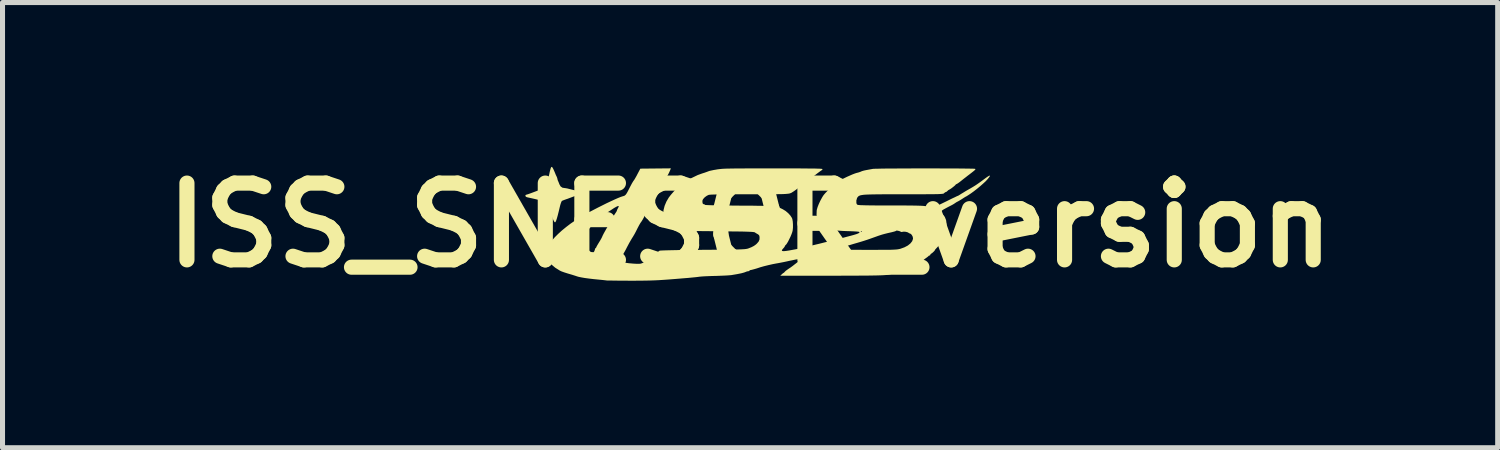
<source format=kicad_pcb>
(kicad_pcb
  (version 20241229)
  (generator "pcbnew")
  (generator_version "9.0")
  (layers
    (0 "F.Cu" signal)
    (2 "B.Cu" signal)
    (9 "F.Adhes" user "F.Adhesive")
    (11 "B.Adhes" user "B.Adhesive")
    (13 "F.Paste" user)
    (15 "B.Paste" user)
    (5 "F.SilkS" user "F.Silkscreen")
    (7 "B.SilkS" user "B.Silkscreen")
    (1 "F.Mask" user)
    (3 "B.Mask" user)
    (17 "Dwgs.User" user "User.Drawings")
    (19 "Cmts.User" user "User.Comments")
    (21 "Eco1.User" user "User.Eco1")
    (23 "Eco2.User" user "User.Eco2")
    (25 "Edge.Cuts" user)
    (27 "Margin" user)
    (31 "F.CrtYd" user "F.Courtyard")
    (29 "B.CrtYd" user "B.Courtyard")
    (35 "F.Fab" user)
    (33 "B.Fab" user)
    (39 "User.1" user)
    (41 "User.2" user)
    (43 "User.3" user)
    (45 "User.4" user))
  (footprint "ISS_SNESOR_version"
    (layer "F.Cu")
    (at 11.836 1.418)
    (property "Reference" "ISS_SNESOR_version" (at 0 0 0) (layer "F.SilkS") (effects (font (size 1.524 1.524) (thickness 0.3))))
    (attr board_only exclude_from_pos_files exclude_from_bom)
    (fp_poly (pts (xy -3.921 -1.143) (xy -3.903 -1.109) (xy -3.879 -1.055) (xy -3.867 -1.026) (xy -3.854 -0.994) (xy -3.84 -0.966) (xy -3.829 -0.939) (xy -3.824 -0.919) (xy -3.819 -0.896) (xy -3.814 -0.883) (xy -3.804 -0.861) (xy -3.791 -0.829) (xy -3.786 -0.814) (xy -3.761 -0.769) (xy -3.724 -0.743) (xy -3.682 -0.736) (xy -3.656 -0.733) (xy -3.619 -0.726) (xy -3.598 -0.72) (xy -3.557 -0.71) (xy -3.505 -0.697) (xy -3.457 -0.686) (xy -3.401 -0.672) (xy -3.365 -0.658) (xy -3.348 -0.644) (xy -3.345 -0.636) (xy -3.355 -0.625) (xy -3.384 -0.61) (xy -3.429 -0.593) (xy -3.457 -0.584) (xy -3.492 -0.572) (xy -3.521 -0.561) (xy -3.529 -0.558) (xy -3.55 -0.55) (xy -3.585 -0.537) (xy -3.627 -0.521) (xy -3.635 -0.519) (xy -3.677 -0.504) (xy -3.711 -0.491) (xy -3.732 -0.482) (xy -3.734 -0.481) (xy -3.743 -0.467) (xy -3.755 -0.437) (xy -3.768 -0.395) (xy -3.776 -0.362) (xy -3.799 -0.266) (xy -3.818 -0.191) (xy -3.834 -0.134) (xy -3.847 -0.094) (xy -3.858 -0.069) (xy -3.867 -0.057) (xy -3.877 -0.057) (xy -3.886 -0.068) (xy -3.897 -0.087) (xy -3.899 -0.091) (xy -3.912 -0.12) (xy -3.929 -0.165) (xy -3.948 -0.219) (xy -3.968 -0.277) (xy -3.971 -0.284) (xy -3.989 -0.339) (xy -4.007 -0.387) (xy -4.023 -0.425) (xy -4.034 -0.446) (xy -4.035 -0.448) (xy -4.053 -0.457) (xy -4.088 -0.47) (xy -4.139 -0.485) (xy -4.201 -0.502) (xy -4.272 -0.519) (xy -4.347 -0.536) (xy -4.394 -0.546) (xy -4.424 -0.553) (xy -4.445 -0.561) (xy -4.447 -0.562) (xy -4.458 -0.577) (xy -4.458 -0.594) (xy -4.448 -0.602) (xy -4.447 -0.602) (xy -4.433 -0.606) (xy -4.401 -0.616) (xy -4.356 -0.632) (xy -4.302 -0.652) (xy -4.257 -0.669) (xy -4.197 -0.691) (xy -4.144 -0.71) (xy -4.102 -0.725) (xy -4.074 -0.734) (xy -4.064 -0.736) (xy -4.058 -0.739) (xy -4.051 -0.749) (xy -4.043 -0.77) (xy -4.034 -0.802) (xy -4.022 -0.849) (xy -4.007 -0.914) (xy -3.989 -0.997) (xy -3.987 -1.004) (xy -3.972 -1.074) (xy -3.959 -1.123) (xy -3.947 -1.151) (xy -3.935 -1.157)) (stroke (width 0) (type solid)) (fill yes) (layer "F.SilkS"))
    (fp_poly (pts (xy -1.591 -1.079) (xy -1.61 -1.037) (xy -1.632 -0.995) (xy -1.636 -0.988) (xy -1.659 -0.952) (xy -1.683 -0.909) (xy -1.692 -0.894) (xy -1.714 -0.857) (xy -1.737 -0.822) (xy -1.747 -0.81) (xy -1.764 -0.785) (xy -1.773 -0.764) (xy -1.773 -0.762) (xy -1.778 -0.741) (xy -1.791 -0.714) (xy -1.806 -0.687) (xy -1.819 -0.672) (xy -1.82 -0.671) (xy -1.828 -0.658) (xy -1.829 -0.656) (xy -1.834 -0.641) (xy -1.848 -0.613) (xy -1.866 -0.581) (xy -1.912 -0.504) (xy -1.952 -0.431) (xy -1.984 -0.371) (xy -1.987 -0.365) (xy -2.002 -0.339) (xy -2.014 -0.325) (xy -2.017 -0.323) (xy -2.026 -0.314) (xy -2.041 -0.29) (xy -2.055 -0.259) (xy -2.081 -0.206) (xy -2.108 -0.153) (xy -2.134 -0.106) (xy -2.156 -0.071) (xy -2.166 -0.058) (xy -2.181 -0.035) (xy -2.203 0.003) (xy -2.232 0.058) (xy -2.267 0.128) (xy -2.292 0.175) (xy -2.322 0.226) (xy -2.343 0.259) (xy -2.366 0.298) (xy -2.395 0.348) (xy -2.425 0.404) (xy -2.443 0.438) (xy -2.47 0.491) (xy -2.499 0.543) (xy -2.524 0.587) (xy -2.538 0.609) (xy -2.558 0.641) (xy -2.572 0.666) (xy -2.576 0.678) (xy -2.584 0.692) (xy -2.59 0.695) (xy -2.598 0.702) (xy -2.589 0.715) (xy -2.568 0.726) (xy -2.528 0.737) (xy -2.473 0.747) (xy -2.404 0.756) (xy -2.326 0.763) (xy -2.297 0.765) (xy -2.242 0.768) (xy -2.204 0.768) (xy -2.175 0.765) (xy -2.15 0.758) (xy -2.128 0.749) (xy -2.097 0.732) (xy -2.075 0.716) (xy -2.07 0.708) (xy -2.058 0.693) (xy -2.052 0.691) (xy -2.039 0.685) (xy -2.012 0.667) (xy -1.975 0.641) (xy -1.932 0.609) (xy -1.926 0.604) (xy -1.881 0.571) (xy -1.842 0.541) (xy -1.812 0.519) (xy -1.796 0.507) (xy -1.795 0.507) (xy -1.781 0.505) (xy -1.746 0.503) (xy -1.691 0.501) (xy -1.618 0.499) (xy -1.528 0.497) (xy -1.423 0.495) (xy -1.302 0.493) (xy -1.169 0.492) (xy -1.024 0.491) (xy -0.937 0.49) (xy -0.779 0.489) (xy -0.642 0.488) (xy -0.525 0.486) (xy -0.425 0.485) (xy -0.34 0.484) (xy -0.27 0.483) (xy -0.213 0.482) (xy -0.167 0.48) (xy -0.131 0.478) (xy -0.103 0.476) (xy -0.08 0.473) (xy -0.063 0.47) (xy -0.049 0.467) (xy -0.037 0.463) (xy -0.033 0.462) (xy 0.029 0.437) (xy 0.077 0.412) (xy 0.117 0.383) (xy 0.138 0.363) (xy 0.171 0.324) (xy 0.187 0.284) (xy 0.188 0.236) (xy 0.188 0.233) (xy 0.18 0.203) (xy 0.159 0.183) (xy 0.148 0.177) (xy 0.118 0.16) (xy 0.094 0.144) (xy 0.093 0.144) (xy 0.086 0.14) (xy 0.071 0.138) (xy 0.048 0.135) (xy 0.014 0.133) (xy -0.032 0.131) (xy -0.091 0.129) (xy -0.165 0.127) (xy -0.256 0.126) (xy -0.364 0.125) (xy -0.492 0.123) (xy -0.629 0.122) (xy -0.772 0.12) (xy -0.895 0.119) (xy -0.999 0.118) (xy -1.087 0.117) (xy -1.159 0.115) (xy -1.218 0.114) (xy -1.266 0.112) (xy -1.304 0.11) (xy -1.335 0.107) (xy -1.36 0.104) (xy -1.38 0.101) (xy -1.399 0.097) (xy -1.416 0.092) (xy -1.473 0.074) (xy -1.529 0.051) (xy -1.58 0.026) (xy -1.621 0.001) (xy -1.65 -0.022) (xy -1.661 -0.041) (xy -1.661 -0.042) (xy -1.669 -0.058) (xy -1.678 -0.067) (xy -1.69 -0.085) (xy -1.704 -0.117) (xy -1.713 -0.143) (xy -1.724 -0.216) (xy -1.718 -0.297) (xy -1.696 -0.383) (xy -1.66 -0.469) (xy -1.612 -0.55) (xy -1.57 -0.604) (xy -1.515 -0.667) (xy -1.472 -0.714) (xy -1.441 -0.748) (xy -1.42 -0.769) (xy -1.407 -0.779) (xy -1.403 -0.781) (xy -1.39 -0.787) (xy -1.365 -0.803) (xy -1.33 -0.827) (xy -1.313 -0.84) (xy -1.178 -0.927) (xy -1.039 -0.994) (xy -0.953 -1.025) (xy -0.905 -1.04) (xy -0.863 -1.055) (xy -0.833 -1.066) (xy -0.823 -1.07) (xy -0.805 -1.076) (xy -0.769 -1.084) (xy -0.722 -1.094) (xy -0.668 -1.103) (xy -0.664 -1.104) (xy -0.639 -1.108) (xy -0.614 -1.111) (xy -0.587 -1.114) (xy -0.558 -1.117) (xy -0.525 -1.119) (xy -0.485 -1.121) (xy -0.437 -1.122) (xy -0.381 -1.123) (xy -0.314 -1.124) (xy -0.234 -1.125) (xy -0.14 -1.125) (xy -0.031 -1.126) (xy 0.095 -1.126) (xy 0.24 -1.126) (xy 0.406 -1.126) (xy 0.457 -1.126) (xy 0.633 -1.126) (xy 0.789 -1.126) (xy 0.924 -1.126) (xy 1.04 -1.125) (xy 1.139 -1.124) (xy 1.222 -1.124) (xy 1.289 -1.123) (xy 1.342 -1.121) (xy 1.382 -1.12) (xy 1.411 -1.118) (xy 1.429 -1.116) (xy 1.437 -1.113) (xy 1.438 -1.112) (xy 1.43 -1.096) (xy 1.417 -1.087) (xy 1.403 -1.078) (xy 1.377 -1.059) (xy 1.338 -1.03) (xy 1.286 -0.99) (xy 1.219 -0.938) (xy 1.136 -0.874) (xy 1.116 -0.859) (xy 1.081 -0.832) (xy 1.051 -0.813) (xy 1.032 -0.803) (xy 1.03 -0.803) (xy 1.016 -0.797) (xy 1.015 -0.793) (xy 1.006 -0.782) (xy 0.984 -0.762) (xy 0.953 -0.736) (xy 0.918 -0.708) (xy 0.882 -0.682) (xy 0.86 -0.667) (xy 0.844 -0.657) (xy 0.83 -0.648) (xy 0.817 -0.64) (xy 0.801 -0.634) (xy 0.783 -0.628) (xy 0.759 -0.624) (xy 0.729 -0.621) (xy 0.691 -0.618) (xy 0.642 -0.616) (xy 0.582 -0.615) (xy 0.509 -0.614) (xy 0.421 -0.613) (xy 0.315 -0.613) (xy 0.192 -0.613) (xy 0.048 -0.613) (xy -0.004 -0.613) (xy -0.179 -0.613) (xy -0.332 -0.613) (xy -0.463 -0.612) (xy -0.573 -0.611) (xy -0.662 -0.609) (xy -0.732 -0.607) (xy -0.781 -0.605) (xy -0.811 -0.602) (xy -0.82 -0.601) (xy -0.858 -0.583) (xy -0.897 -0.555) (xy -0.907 -0.545) (xy -0.932 -0.517) (xy -0.944 -0.494) (xy -0.946 -0.468) (xy -0.946 -0.46) (xy -0.941 -0.431) (xy -0.929 -0.418) (xy -0.917 -0.415) (xy -0.897 -0.408) (xy -0.892 -0.401) (xy -0.881 -0.4) (xy -0.85 -0.398) (xy -0.8 -0.396) (xy -0.734 -0.394) (xy -0.653 -0.393) (xy -0.56 -0.391) (xy -0.455 -0.39) (xy -0.342 -0.388) (xy -0.222 -0.387) (xy -0.215 -0.387) (xy -0.073 -0.386) (xy 0.047 -0.386) (xy 0.149 -0.384) (xy 0.235 -0.383) (xy 0.306 -0.382) (xy 0.364 -0.38) (xy 0.411 -0.378) (xy 0.449 -0.375) (xy 0.48 -0.372) (xy 0.505 -0.367) (xy 0.527 -0.363) (xy 0.548 -0.357) (xy 0.566 -0.351) (xy 0.585 -0.345) (xy 0.588 -0.344) (xy 0.602 -0.338) (xy 0.629 -0.325) (xy 0.651 -0.314) (xy 0.705 -0.281) (xy 0.756 -0.238) (xy 0.799 -0.191) (xy 0.829 -0.145) (xy 0.838 -0.123) (xy 0.847 -0.074) (xy 0.851 -0.014) (xy 0.851 0.05) (xy 0.845 0.107) (xy 0.837 0.139) (xy 0.822 0.181) (xy 0.802 0.229) (xy 0.778 0.278) (xy 0.755 0.324) (xy 0.733 0.361) (xy 0.717 0.384) (xy 0.712 0.388) (xy 0.696 0.405) (xy 0.691 0.415) (xy 0.684 0.431) (xy 0.666 0.454) (xy 0.658 0.462) (xy 0.64 0.483) (xy 0.631 0.498) (xy 0.633 0.509) (xy 0.646 0.515) (xy 0.673 0.516) (xy 0.715 0.512) (xy 0.774 0.503) (xy 0.851 0.489) (xy 0.895 0.481) (xy 1.744 0.481) (xy 1.754 0.483) (xy 1.784 0.485) (xy 1.833 0.486) (xy 1.9 0.488) (xy 1.983 0.489) (xy 2.08 0.49) (xy 2.19 0.49) (xy 2.31 0.491) (xy 2.322 0.491) (xy 2.451 0.491) (xy 2.561 0.49) (xy 2.652 0.49) (xy 2.727 0.489) (xy 2.788 0.489) (xy 2.837 0.487) (xy 2.876 0.485) (xy 2.906 0.483) (xy 2.931 0.48) (xy 2.952 0.476) (xy 2.972 0.472) (xy 2.987 0.468) (xy 3.064 0.44) (xy 3.13 0.405) (xy 3.181 0.364) (xy 3.217 0.319) (xy 3.233 0.273) (xy 3.233 0.261) (xy 3.228 0.231) (xy 3.213 0.201) (xy 3.194 0.177) (xy 3.175 0.167) (xy 3.175 0.167) (xy 3.157 0.161) (xy 3.145 0.152) (xy 3.121 0.14) (xy 3.087 0.132) (xy 3.051 0.129) (xy 3.025 0.133) (xy 3.021 0.134) (xy 3 0.136) (xy 2.992 0.132) (xy 2.973 0.122) (xy 2.947 0.114) (xy 2.92 0.109) (xy 2.903 0.109) (xy 2.899 0.112) (xy 2.889 0.118) (xy 2.862 0.127) (xy 2.824 0.137) (xy 2.813 0.14) (xy 2.733 0.158) (xy 2.669 0.174) (xy 2.615 0.189) (xy 2.566 0.205) (xy 2.548 0.211) (xy 2.464 0.241) (xy 2.394 0.266) (xy 2.331 0.288) (xy 2.27 0.308) (xy 2.206 0.328) (xy 2.132 0.35) (xy 2.045 0.375) (xy 2.013 0.385) (xy 1.942 0.406) (xy 1.878 0.427) (xy 1.822 0.446) (xy 1.779 0.462) (xy 1.752 0.475) (xy 1.744 0.481) (xy 0.895 0.481) (xy 0.947 0.471) (xy 0.992 0.462) (xy 1.038 0.452) (xy 1.08 0.443) (xy 1.108 0.435) (xy 1.109 0.435) (xy 1.165 0.42) (xy 1.237 0.402) (xy 1.282 0.391) (xy 1.315 0.383) (xy 1.362 0.372) (xy 1.422 0.357) (xy 1.489 0.34) (xy 1.561 0.323) (xy 1.633 0.305) (xy 1.702 0.288) (xy 1.763 0.272) (xy 1.814 0.259) (xy 1.85 0.25) (xy 1.868 0.245) (xy 1.894 0.238) (xy 1.935 0.227) (xy 1.981 0.215) (xy 1.99 0.213) (xy 2.062 0.193) (xy 2.114 0.177) (xy 2.149 0.163) (xy 2.167 0.15) (xy 2.172 0.142) (xy 2.17 0.137) (xy 2.159 0.132) (xy 2.138 0.129) (xy 2.103 0.126) (xy 2.052 0.123) (xy 2.024 0.122) (xy 2.197 0.122) (xy 2.205 0.133) (xy 2.208 0.134) (xy 2.219 0.13) (xy 2.219 0.129) (xy 2.211 0.119) (xy 2.208 0.117) (xy 2.197 0.118) (xy 2.197 0.122) (xy 2.024 0.122) (xy 1.983 0.12) (xy 1.938 0.119) (xy 1.835 0.115) (xy 1.751 0.109) (xy 1.682 0.101) (xy 1.623 0.091) (xy 1.57 0.076) (xy 1.52 0.057) (xy 1.488 0.043) (xy 1.42 -0.00016) (xy 1.369 -0.057) (xy 1.335 -0.127) (xy 1.319 -0.205) (xy 1.322 -0.291) (xy 1.326 -0.311) (xy 1.34 -0.359) (xy 1.364 -0.42) (xy 1.395 -0.486) (xy 1.431 -0.552) (xy 1.452 -0.586) (xy 1.469 -0.608) (xy 1.496 -0.639) (xy 1.531 -0.675) (xy 1.569 -0.713) (xy 1.606 -0.749) (xy 1.641 -0.781) (xy 1.667 -0.803) (xy 1.683 -0.814) (xy 1.685 -0.814) (xy 1.699 -0.82) (xy 1.724 -0.835) (xy 1.753 -0.855) (xy 1.779 -0.874) (xy 1.795 -0.888) (xy 1.797 -0.89) (xy 1.809 -0.9) (xy 1.838 -0.917) (xy 1.878 -0.937) (xy 1.926 -0.96) (xy 1.978 -0.983) (xy 2.028 -1.005) (xy 2.072 -1.022) (xy 2.107 -1.034) (xy 2.119 -1.037) (xy 2.157 -1.047) (xy 2.189 -1.058) (xy 2.202 -1.064) (xy 2.224 -1.073) (xy 2.26 -1.083) (xy 2.303 -1.092) (xy 2.352 -1.101) (xy 2.401 -1.11) (xy 2.434 -1.116) (xy 2.453 -1.118) (xy 2.492 -1.119) (xy 2.549 -1.12) (xy 2.622 -1.122) (xy 2.709 -1.123) (xy 2.808 -1.123) (xy 2.917 -1.124) (xy 3.034 -1.125) (xy 3.158 -1.125) (xy 3.286 -1.126) (xy 3.416 -1.126) (xy 3.547 -1.126) (xy 3.677 -1.126) (xy 3.803 -1.125) (xy 3.924 -1.125) (xy 4.038 -1.125) (xy 4.142 -1.124) (xy 4.235 -1.123) (xy 4.316 -1.122) (xy 4.381 -1.121) (xy 4.43 -1.12) (xy 4.459 -1.118) (xy 4.468 -1.117) (xy 4.472 -1.112) (xy 4.47 -1.104) (xy 4.46 -1.092) (xy 4.439 -1.074) (xy 4.405 -1.047) (xy 4.356 -1.009) (xy 4.319 -0.981) (xy 4.286 -0.955) (xy 4.243 -0.922) (xy 4.199 -0.887) (xy 4.188 -0.878) (xy 4.152 -0.85) (xy 4.121 -0.828) (xy 4.1 -0.816) (xy 4.095 -0.814) (xy 4.082 -0.808) (xy 4.081 -0.804) (xy 4.073 -0.794) (xy 4.052 -0.775) (xy 4.023 -0.752) (xy 3.993 -0.729) (xy 3.967 -0.712) (xy 3.95 -0.703) (xy 3.948 -0.702) (xy 3.935 -0.695) (xy 3.919 -0.68) (xy 3.9 -0.663) (xy 3.886 -0.658) (xy 3.869 -0.65) (xy 3.852 -0.636) (xy 3.848 -0.631) (xy 3.842 -0.628) (xy 3.834 -0.624) (xy 3.82 -0.622) (xy 3.801 -0.62) (xy 3.774 -0.618) (xy 3.737 -0.616) (xy 3.69 -0.615) (xy 3.631 -0.614) (xy 3.557 -0.614) (xy 3.468 -0.613) (xy 3.362 -0.613) (xy 3.237 -0.613) (xy 3.092 -0.613) (xy 3.039 -0.613) (xy 2.88 -0.613) (xy 2.742 -0.612) (xy 2.622 -0.612) (xy 2.521 -0.611) (xy 2.435 -0.61) (xy 2.364 -0.608) (xy 2.306 -0.606) (xy 2.26 -0.603) (xy 2.223 -0.598) (xy 2.195 -0.593) (xy 2.174 -0.586) (xy 2.158 -0.578) (xy 2.146 -0.569) (xy 2.136 -0.557) (xy 2.127 -0.545) (xy 2.121 -0.535) (xy 2.102 -0.494) (xy 2.098 -0.454) (xy 2.11 -0.422) (xy 2.13 -0.405) (xy 2.141 -0.401) (xy 2.163 -0.399) (xy 2.196 -0.396) (xy 2.243 -0.395) (xy 2.304 -0.393) (xy 2.381 -0.392) (xy 2.475 -0.391) (xy 2.589 -0.391) (xy 2.722 -0.39) (xy 2.789 -0.39) (xy 2.94 -0.39) (xy 3.07 -0.39) (xy 3.18 -0.389) (xy 3.272 -0.388) (xy 3.345 -0.386) (xy 3.403 -0.384) (xy 3.445 -0.381) (xy 3.472 -0.378) (xy 3.48 -0.377) (xy 3.527 -0.369) (xy 3.58 -0.365) (xy 3.609 -0.364) (xy 3.634 -0.365) (xy 3.656 -0.368) (xy 3.681 -0.374) (xy 3.711 -0.385) (xy 3.75 -0.402) (xy 3.8 -0.426) (xy 3.866 -0.458) (xy 3.895 -0.472) (xy 3.959 -0.504) (xy 4.016 -0.532) (xy 4.064 -0.554) (xy 4.098 -0.571) (xy 4.117 -0.579) (xy 4.12 -0.58) (xy 4.132 -0.585) (xy 4.157 -0.6) (xy 4.19 -0.621) (xy 4.233 -0.647) (xy 4.277 -0.674) (xy 4.304 -0.69) (xy 4.375 -0.73) (xy 4.432 -0.764) (xy 4.48 -0.794) (xy 4.525 -0.825) (xy 4.573 -0.859) (xy 4.627 -0.899) (xy 4.685 -0.942) (xy 4.726 -0.97) (xy 4.752 -0.983) (xy 4.761 -0.981) (xy 4.754 -0.964) (xy 4.73 -0.932) (xy 4.711 -0.909) (xy 4.676 -0.871) (xy 4.626 -0.825) (xy 4.567 -0.773) (xy 4.504 -0.721) (xy 4.44 -0.671) (xy 4.382 -0.629) (xy 4.367 -0.619) (xy 4.332 -0.596) (xy 4.304 -0.578) (xy 4.289 -0.569) (xy 4.287 -0.569) (xy 4.276 -0.563) (xy 4.251 -0.548) (xy 4.217 -0.526) (xy 4.205 -0.518) (xy 4.168 -0.495) (xy 4.139 -0.478) (xy 4.122 -0.469) (xy 4.12 -0.468) (xy 4.107 -0.462) (xy 4.084 -0.448) (xy 4.077 -0.443) (xy 4.062 -0.433) (xy 4.048 -0.423) (xy 4.031 -0.413) (xy 4.008 -0.4) (xy 3.975 -0.383) (xy 3.928 -0.359) (xy 3.889 -0.338) (xy 3.838 -0.31) (xy 3.806 -0.288) (xy 3.793 -0.268) (xy 3.796 -0.248) (xy 3.813 -0.225) (xy 3.825 -0.214) (xy 3.864 -0.164) (xy 3.89 -0.099) (xy 3.9 -0.024) (xy 3.896 0.058) (xy 3.878 0.145) (xy 3.844 0.233) (xy 3.842 0.237) (xy 3.81 0.301) (xy 3.782 0.351) (xy 3.755 0.392) (xy 3.723 0.431) (xy 3.684 0.473) (xy 3.682 0.475) (xy 3.67 0.49) (xy 3.668 0.496) (xy 3.661 0.508) (xy 3.642 0.528) (xy 3.619 0.549) (xy 3.599 0.564) (xy 3.59 0.569) (xy 3.58 0.578) (xy 3.579 0.585) (xy 3.571 0.6) (xy 3.563 0.602) (xy 3.547 0.607) (xy 3.544 0.611) (xy 3.533 0.622) (xy 3.51 0.64) (xy 3.487 0.656) (xy 3.458 0.678) (xy 3.439 0.695) (xy 3.434 0.703) (xy 3.426 0.713) (xy 3.421 0.714) (xy 3.405 0.72) (xy 3.38 0.736) (xy 3.374 0.74) (xy 3.345 0.759) (xy 3.307 0.781) (xy 3.266 0.803) (xy 3.227 0.822) (xy 3.198 0.833) (xy 3.185 0.836) (xy 3.165 0.844) (xy 3.155 0.853) (xy 3.141 0.865) (xy 3.135 0.864) (xy 3.123 0.866) (xy 3.112 0.874) (xy 3.092 0.885) (xy 3.056 0.899) (xy 3.011 0.915) (xy 2.961 0.931) (xy 2.914 0.944) (xy 2.875 0.953) (xy 2.871 0.953) (xy 2.836 0.96) (xy 2.808 0.968) (xy 2.804 0.97) (xy 2.788 0.975) (xy 2.768 0.98) (xy 2.742 0.985) (xy 2.71 0.989) (xy 2.669 0.992) (xy 2.619 0.995) (xy 2.558 0.997) (xy 2.485 0.999) (xy 2.399 1) (xy 2.297 1.002) (xy 2.18 1.002) (xy 2.045 1.003) (xy 1.891 1.003) (xy 1.717 1.004) (xy 1.601 1.004) (xy 0.599 1.004) (xy 0.629 0.976) (xy 0.65 0.957) (xy 0.664 0.948) (xy 0.665 0.948) (xy 0.676 0.94) (xy 0.69 0.924) (xy 0.71 0.905) (xy 0.742 0.882) (xy 0.766 0.865) (xy 0.801 0.842) (xy 0.845 0.81) (xy 0.891 0.774) (xy 0.908 0.761) (xy 0.946 0.731) (xy 0.979 0.708) (xy 1.002 0.694) (xy 1.01 0.691) (xy 1.021 0.686) (xy 1.02 0.68) (xy 1.013 0.674) (xy 1 0.67) (xy 0.977 0.671) (xy 0.943 0.676) (xy 0.894 0.685) (xy 0.827 0.699) (xy 0.791 0.706) (xy 0.724 0.721) (xy 0.657 0.735) (xy 0.596 0.747) (xy 0.548 0.756) (xy 0.535 0.758) (xy 0.45 0.774) (xy 0.362 0.794) (xy 0.277 0.815) (xy 0.203 0.836) (xy 0.173 0.846) (xy 0.13 0.86) (xy 0.085 0.873) (xy 0.044 0.884) (xy 0.015 0.891) (xy 0.004 0.892) (xy -0.01 0.898) (xy -0.011 0.903) (xy -0.02 0.912) (xy -0.034 0.914) (xy -0.063 0.919) (xy -0.075 0.924) (xy -0.117 0.94) (xy -0.176 0.956) (xy -0.256 0.972) (xy -0.356 0.989) (xy -0.374 0.992) (xy -0.409 0.995) (xy -0.461 0.999) (xy -0.527 1.002) (xy -0.6 1.005) (xy -0.677 1.008) (xy -0.691 1.008) (xy -0.768 1.01) (xy -0.844 1.013) (xy -0.912 1.016) (xy -0.969 1.02) (xy -1.01 1.024) (xy -1.015 1.025) (xy -1.046 1.029) (xy -1.081 1.033) (xy -1.122 1.037) (xy -1.173 1.042) (xy -1.235 1.048) (xy -1.312 1.054) (xy -1.406 1.062) (xy -1.505 1.07) (xy -1.619 1.079) (xy -1.719 1.086) (xy -1.81 1.092) (xy -1.897 1.096) (xy -1.985 1.099) (xy -2.078 1.101) (xy -2.181 1.102) (xy -2.298 1.103) (xy -2.398 1.103) (xy -2.495 1.102) (xy -2.586 1.102) (xy -2.667 1.101) (xy -2.737 1.1) (xy -2.793 1.099) (xy -2.833 1.099) (xy -2.853 1.098) (xy -2.854 1.097) (xy -2.872 1.095) (xy -2.906 1.091) (xy -2.953 1.086) (xy -3.005 1.081) (xy -3.106 1.071) (xy -3.199 1.06) (xy -3.281 1.049) (xy -3.35 1.037) (xy -3.403 1.026) (xy -3.434 1.017) (xy -3.46 1.008) (xy -3.498 0.996) (xy -3.529 0.986) (xy -3.621 0.959) (xy -3.693 0.936) (xy -3.745 0.917) (xy -3.776 0.902) (xy -3.867 0.845) (xy -3.936 0.787) (xy -3.986 0.727) (xy -4.016 0.663) (xy -4.018 0.655) (xy -4.028 0.618) (xy -4.035 0.586) (xy -4.036 0.573) (xy -4.031 0.538) (xy -4.019 0.492) (xy -4.003 0.44) (xy -3.984 0.391) (xy -3.966 0.353) (xy -3.965 0.352) (xy -3.936 0.311) (xy -3.288 0.311) (xy -3.278 0.385) (xy -3.261 0.424) (xy -3.233 0.465) (xy -3.2 0.501) (xy -3.167 0.528) (xy -3.143 0.538) (xy -3.12 0.543) (xy -3.111 0.545) (xy -3.103 0.537) (xy -3.091 0.516) (xy -3.081 0.49) (xy -3.077 0.472) (xy -3.071 0.458) (xy -3.066 0.457) (xy -3.056 0.448) (xy -3.055 0.444) (xy -3.049 0.43) (xy -3.034 0.402) (xy -3.012 0.365) (xy -3.001 0.347) (xy -2.975 0.305) (xy -2.954 0.268) (xy -2.94 0.241) (xy -2.937 0.234) (xy -2.924 0.204) (xy -2.902 0.161) (xy -2.874 0.111) (xy -2.844 0.058) (xy -2.819 0.017) (xy -2.796 -0.021) (xy -2.769 -0.069) (xy -2.743 -0.118) (xy -2.74 -0.123) (xy -2.716 -0.167) (xy -2.692 -0.208) (xy -2.672 -0.238) (xy -2.669 -0.242) (xy -2.652 -0.268) (xy -2.643 -0.288) (xy -2.643 -0.291) (xy -2.637 -0.308) (xy -2.623 -0.335) (xy -2.619 -0.342) (xy -2.607 -0.367) (xy -2.608 -0.379) (xy -2.623 -0.379) (xy -2.654 -0.365) (xy -2.7 -0.339) (xy -2.762 -0.298) (xy -2.814 -0.264) (xy -2.881 -0.217) (xy -2.934 -0.18) (xy -2.975 -0.15) (xy -3.009 -0.123) (xy -3.038 -0.097) (xy -3.068 -0.069) (xy -3.101 -0.035) (xy -3.113 -0.023) (xy -3.189 0.066) (xy -3.244 0.151) (xy -3.277 0.233) (xy -3.288 0.311) (xy -3.936 0.311) (xy -3.928 0.3) (xy -3.875 0.24) (xy -3.81 0.175) (xy -3.734 0.106) (xy -3.651 0.038) (xy -3.566 -0.027) (xy -3.479 -0.087) (xy -3.401 -0.135) (xy -3.358 -0.16) (xy -3.322 -0.181) (xy -3.297 -0.196) (xy -3.289 -0.201) (xy -3.237 -0.232) (xy -3.172 -0.269) (xy -3.097 -0.308) (xy -3.016 -0.35) (xy -2.932 -0.392) (xy -2.848 -0.434) (xy -2.767 -0.472) (xy -2.692 -0.507) (xy -2.626 -0.536) (xy -2.572 -0.558) (xy -2.533 -0.571) (xy -2.522 -0.574) (xy -2.494 -0.583) (xy -2.47 -0.602) (xy -2.447 -0.634) (xy -2.42 -0.683) (xy -2.417 -0.69) (xy -2.376 -0.77) (xy -2.343 -0.832) (xy -2.318 -0.873) (xy -2.307 -0.888) (xy -2.295 -0.905) (xy -2.277 -0.936) (xy -2.253 -0.978) (xy -2.235 -1.013) (xy -2.178 -1.121) (xy -1.572 -1.127)) (stroke (width 0) (type solid)) (fill yes) (layer "F.SilkS")))
  (gr_rect
    (start -3 -3)
    (end 26.673 5.836)
    (stroke (width 0.1) (type default))
    (fill no)
    (layer "Edge.Cuts")))
</source>
